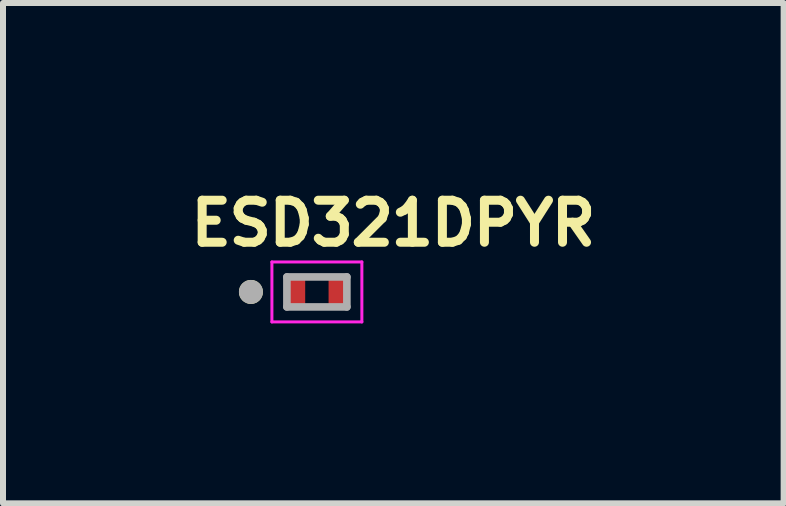
<source format=kicad_pcb>
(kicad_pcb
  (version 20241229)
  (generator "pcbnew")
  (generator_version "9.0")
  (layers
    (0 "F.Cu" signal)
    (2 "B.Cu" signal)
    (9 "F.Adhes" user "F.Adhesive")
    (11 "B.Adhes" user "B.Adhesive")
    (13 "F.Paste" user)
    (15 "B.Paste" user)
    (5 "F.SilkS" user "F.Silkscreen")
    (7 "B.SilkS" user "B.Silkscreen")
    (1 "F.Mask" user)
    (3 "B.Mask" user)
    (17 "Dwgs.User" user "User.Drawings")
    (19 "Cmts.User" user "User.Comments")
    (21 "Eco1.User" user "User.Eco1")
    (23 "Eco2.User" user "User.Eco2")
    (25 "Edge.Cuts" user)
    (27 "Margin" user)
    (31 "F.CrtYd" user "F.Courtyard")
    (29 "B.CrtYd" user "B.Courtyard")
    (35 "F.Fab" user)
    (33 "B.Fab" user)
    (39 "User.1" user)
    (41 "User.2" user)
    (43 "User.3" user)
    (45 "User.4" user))
  (footprint "ESD321DPYR"
    (layer "F.Cu")
    (at 2.234 1.818)
    (property "Reference" "ESD321DPYR" (at 1.275 -1.145 0) (layer "F.SilkS") (effects (font (size 0.701 0.701) (thickness 0.15))))
    (attr smd)
    (fp_poly (pts (xy -0.43 -0.13) (xy -0.43 0.13) (xy -0.43 0.133) (xy -0.43 0.135) (xy -0.429 0.138) (xy -0.429 0.14) (xy -0.428 0.143) (xy -0.428 0.145) (xy -0.427 0.148) (xy -0.426 0.15) (xy -0.425 0.153) (xy -0.423 0.155) (xy -0.422 0.157) (xy -0.42 0.159) (xy -0.419 0.161) (xy -0.417 0.163) (xy -0.415 0.165) (xy -0.413 0.167) (xy -0.411 0.169) (xy -0.409 0.17) (xy -0.407 0.172) (xy -0.405 0.173) (xy -0.403 0.175) (xy -0.4 0.176) (xy -0.398 0.177) (xy -0.395 0.178) (xy -0.393 0.178) (xy -0.39 0.179) (xy -0.388 0.179) (xy -0.385 0.18) (xy -0.383 0.18) (xy -0.38 0.18) (xy -0.32 0.18) (xy -0.317 0.18) (xy -0.315 0.18) (xy -0.312 0.179) (xy -0.31 0.179) (xy -0.307 0.178) (xy -0.305 0.178) (xy -0.302 0.177) (xy -0.3 0.176) (xy -0.297 0.175) (xy -0.295 0.173) (xy -0.293 0.172) (xy -0.291 0.17) (xy -0.289 0.169) (xy -0.287 0.167) (xy -0.285 0.165) (xy -0.283 0.163) (xy -0.281 0.161) (xy -0.28 0.159) (xy -0.278 0.157) (xy -0.277 0.155) (xy -0.275 0.153) (xy -0.274 0.15) (xy -0.273 0.148) (xy -0.272 0.145) (xy -0.272 0.143) (xy -0.271 0.14) (xy -0.271 0.138) (xy -0.27 0.135) (xy -0.27 0.133) (xy -0.27 0.13) (xy -0.27 -0.13) (xy -0.27 -0.133) (xy -0.27 -0.135) (xy -0.271 -0.138) (xy -0.271 -0.14) (xy -0.272 -0.143) (xy -0.272 -0.145) (xy -0.273 -0.148) (xy -0.274 -0.15) (xy -0.275 -0.153) (xy -0.277 -0.155) (xy -0.278 -0.157) (xy -0.28 -0.159) (xy -0.281 -0.161) (xy -0.283 -0.163) (xy -0.285 -0.165) (xy -0.287 -0.167) (xy -0.289 -0.169) (xy -0.291 -0.17) (xy -0.293 -0.172) (xy -0.295 -0.173) (xy -0.297 -0.175) (xy -0.3 -0.176) (xy -0.302 -0.177) (xy -0.305 -0.178) (xy -0.307 -0.178) (xy -0.31 -0.179) (xy -0.312 -0.179) (xy -0.315 -0.18) (xy -0.317 -0.18) (xy -0.32 -0.18) (xy -0.38 -0.18) (xy -0.383 -0.18) (xy -0.385 -0.18) (xy -0.388 -0.179) (xy -0.39 -0.179) (xy -0.393 -0.178) (xy -0.395 -0.178) (xy -0.398 -0.177) (xy -0.4 -0.176) (xy -0.403 -0.175) (xy -0.405 -0.173) (xy -0.407 -0.172) (xy -0.409 -0.17) (xy -0.411 -0.169) (xy -0.413 -0.167) (xy -0.415 -0.165) (xy -0.417 -0.163) (xy -0.419 -0.161) (xy -0.42 -0.159) (xy -0.422 -0.157) (xy -0.423 -0.155) (xy -0.425 -0.153) (xy -0.426 -0.15) (xy -0.427 -0.148) (xy -0.428 -0.145) (xy -0.428 -0.143) (xy -0.429 -0.14) (xy -0.429 -0.138) (xy -0.43 -0.135) (xy -0.43 -0.133) (xy -0.43 -0.13)) (stroke (width 0.01) (type solid)) (fill yes) (layer "F.Mask"))
    (fp_poly (pts (xy 0.27 -0.13) (xy 0.27 0.13) (xy 0.27 0.133) (xy 0.27 0.135) (xy 0.271 0.138) (xy 0.271 0.14) (xy 0.272 0.143) (xy 0.272 0.145) (xy 0.273 0.148) (xy 0.274 0.15) (xy 0.275 0.153) (xy 0.277 0.155) (xy 0.278 0.157) (xy 0.28 0.159) (xy 0.281 0.161) (xy 0.283 0.163) (xy 0.285 0.165) (xy 0.287 0.167) (xy 0.289 0.169) (xy 0.291 0.17) (xy 0.293 0.172) (xy 0.295 0.173) (xy 0.297 0.175) (xy 0.3 0.176) (xy 0.302 0.177) (xy 0.305 0.178) (xy 0.307 0.178) (xy 0.31 0.179) (xy 0.312 0.179) (xy 0.315 0.18) (xy 0.317 0.18) (xy 0.32 0.18) (xy 0.38 0.18) (xy 0.383 0.18) (xy 0.385 0.18) (xy 0.388 0.179) (xy 0.39 0.179) (xy 0.393 0.178) (xy 0.395 0.178) (xy 0.398 0.177) (xy 0.4 0.176) (xy 0.403 0.175) (xy 0.405 0.173) (xy 0.407 0.172) (xy 0.409 0.17) (xy 0.411 0.169) (xy 0.413 0.167) (xy 0.415 0.165) (xy 0.417 0.163) (xy 0.419 0.161) (xy 0.42 0.159) (xy 0.422 0.157) (xy 0.423 0.155) (xy 0.425 0.153) (xy 0.426 0.15) (xy 0.427 0.148) (xy 0.428 0.145) (xy 0.428 0.143) (xy 0.429 0.14) (xy 0.429 0.138) (xy 0.43 0.135) (xy 0.43 0.133) (xy 0.43 0.13) (xy 0.43 -0.13) (xy 0.43 -0.133) (xy 0.43 -0.135) (xy 0.429 -0.138) (xy 0.429 -0.14) (xy 0.428 -0.143) (xy 0.428 -0.145) (xy 0.427 -0.148) (xy 0.426 -0.15) (xy 0.425 -0.153) (xy 0.423 -0.155) (xy 0.422 -0.157) (xy 0.42 -0.159) (xy 0.419 -0.161) (xy 0.417 -0.163) (xy 0.415 -0.165) (xy 0.413 -0.167) (xy 0.411 -0.169) (xy 0.409 -0.17) (xy 0.407 -0.172) (xy 0.405 -0.173) (xy 0.403 -0.175) (xy 0.4 -0.176) (xy 0.398 -0.177) (xy 0.395 -0.178) (xy 0.393 -0.178) (xy 0.39 -0.179) (xy 0.388 -0.179) (xy 0.385 -0.18) (xy 0.383 -0.18) (xy 0.38 -0.18) (xy 0.32 -0.18) (xy 0.317 -0.18) (xy 0.315 -0.18) (xy 0.312 -0.179) (xy 0.31 -0.179) (xy 0.307 -0.178) (xy 0.305 -0.178) (xy 0.302 -0.177) (xy 0.3 -0.176) (xy 0.297 -0.175) (xy 0.295 -0.173) (xy 0.293 -0.172) (xy 0.291 -0.17) (xy 0.289 -0.169) (xy 0.287 -0.167) (xy 0.285 -0.165) (xy 0.283 -0.163) (xy 0.281 -0.161) (xy 0.28 -0.159) (xy 0.278 -0.157) (xy 0.277 -0.155) (xy 0.275 -0.153) (xy 0.274 -0.15) (xy 0.273 -0.148) (xy 0.272 -0.145) (xy 0.272 -0.143) (xy 0.271 -0.14) (xy 0.271 -0.138) (xy 0.27 -0.135) (xy 0.27 -0.133) (xy 0.27 -0.13)) (stroke (width 0.01) (type solid)) (fill yes) (layer "F.Mask"))
    (fp_circle (center -1.1 0) (end -1 0) (stroke (width 0.2) (type solid)) (fill no) (layer "F.SilkS"))
    (fp_poly (pts (xy -0.5 -0.2) (xy -0.5 0.2) (xy -0.5 0.203) (xy -0.5 0.205) (xy -0.499 0.208) (xy -0.499 0.21) (xy -0.498 0.213) (xy -0.498 0.215) (xy -0.497 0.218) (xy -0.496 0.22) (xy -0.495 0.223) (xy -0.493 0.225) (xy -0.492 0.227) (xy -0.49 0.229) (xy -0.489 0.231) (xy -0.487 0.233) (xy -0.485 0.235) (xy -0.483 0.237) (xy -0.481 0.239) (xy -0.479 0.24) (xy -0.477 0.242) (xy -0.475 0.243) (xy -0.473 0.245) (xy -0.47 0.246) (xy -0.468 0.247) (xy -0.465 0.248) (xy -0.463 0.248) (xy -0.46 0.249) (xy -0.458 0.249) (xy -0.455 0.25) (xy -0.453 0.25) (xy -0.45 0.25) (xy -0.25 0.25) (xy -0.247 0.25) (xy -0.245 0.25) (xy -0.242 0.249) (xy -0.24 0.249) (xy -0.237 0.248) (xy -0.235 0.248) (xy -0.232 0.247) (xy -0.23 0.246) (xy -0.227 0.245) (xy -0.225 0.243) (xy -0.223 0.242) (xy -0.221 0.24) (xy -0.219 0.239) (xy -0.217 0.237) (xy -0.215 0.235) (xy -0.213 0.233) (xy -0.211 0.231) (xy -0.21 0.229) (xy -0.208 0.227) (xy -0.207 0.225) (xy -0.205 0.223) (xy -0.204 0.22) (xy -0.203 0.218) (xy -0.202 0.215) (xy -0.202 0.213) (xy -0.201 0.21) (xy -0.201 0.208) (xy -0.2 0.205) (xy -0.2 0.203) (xy -0.2 0.2) (xy -0.2 -0.2) (xy -0.2 -0.203) (xy -0.2 -0.205) (xy -0.201 -0.208) (xy -0.201 -0.21) (xy -0.202 -0.213) (xy -0.202 -0.215) (xy -0.203 -0.218) (xy -0.204 -0.22) (xy -0.205 -0.223) (xy -0.207 -0.225) (xy -0.208 -0.227) (xy -0.21 -0.229) (xy -0.211 -0.231) (xy -0.213 -0.233) (xy -0.215 -0.235) (xy -0.217 -0.237) (xy -0.219 -0.239) (xy -0.221 -0.24) (xy -0.223 -0.242) (xy -0.225 -0.243) (xy -0.227 -0.245) (xy -0.23 -0.246) (xy -0.232 -0.247) (xy -0.235 -0.248) (xy -0.237 -0.248) (xy -0.24 -0.249) (xy -0.242 -0.249) (xy -0.245 -0.25) (xy -0.247 -0.25) (xy -0.25 -0.25) (xy -0.45 -0.25) (xy -0.453 -0.25) (xy -0.455 -0.25) (xy -0.458 -0.249) (xy -0.46 -0.249) (xy -0.463 -0.248) (xy -0.465 -0.248) (xy -0.468 -0.247) (xy -0.47 -0.246) (xy -0.473 -0.245) (xy -0.475 -0.243) (xy -0.477 -0.242) (xy -0.479 -0.24) (xy -0.481 -0.239) (xy -0.483 -0.237) (xy -0.485 -0.235) (xy -0.487 -0.233) (xy -0.489 -0.231) (xy -0.49 -0.229) (xy -0.492 -0.227) (xy -0.493 -0.225) (xy -0.495 -0.223) (xy -0.496 -0.22) (xy -0.497 -0.218) (xy -0.498 -0.215) (xy -0.498 -0.213) (xy -0.499 -0.21) (xy -0.499 -0.208) (xy -0.5 -0.205) (xy -0.5 -0.203) (xy -0.5 -0.2)) (stroke (width 0.01) (type solid)) (fill yes) (layer "F.Paste"))
    (fp_poly (pts (xy 0.2 -0.2) (xy 0.2 0.2) (xy 0.2 0.203) (xy 0.2 0.205) (xy 0.201 0.208) (xy 0.201 0.21) (xy 0.202 0.213) (xy 0.202 0.215) (xy 0.203 0.218) (xy 0.204 0.22) (xy 0.205 0.223) (xy 0.207 0.225) (xy 0.208 0.227) (xy 0.21 0.229) (xy 0.211 0.231) (xy 0.213 0.233) (xy 0.215 0.235) (xy 0.217 0.237) (xy 0.219 0.239) (xy 0.221 0.24) (xy 0.223 0.242) (xy 0.225 0.243) (xy 0.227 0.245) (xy 0.23 0.246) (xy 0.232 0.247) (xy 0.235 0.248) (xy 0.237 0.248) (xy 0.24 0.249) (xy 0.242 0.249) (xy 0.245 0.25) (xy 0.247 0.25) (xy 0.25 0.25) (xy 0.45 0.25) (xy 0.453 0.25) (xy 0.455 0.25) (xy 0.458 0.249) (xy 0.46 0.249) (xy 0.463 0.248) (xy 0.465 0.248) (xy 0.468 0.247) (xy 0.47 0.246) (xy 0.473 0.245) (xy 0.475 0.243) (xy 0.477 0.242) (xy 0.479 0.24) (xy 0.481 0.239) (xy 0.483 0.237) (xy 0.485 0.235) (xy 0.487 0.233) (xy 0.489 0.231) (xy 0.49 0.229) (xy 0.492 0.227) (xy 0.493 0.225) (xy 0.495 0.223) (xy 0.496 0.22) (xy 0.497 0.218) (xy 0.498 0.215) (xy 0.498 0.213) (xy 0.499 0.21) (xy 0.499 0.208) (xy 0.5 0.205) (xy 0.5 0.203) (xy 0.5 0.2) (xy 0.5 -0.2) (xy 0.5 -0.203) (xy 0.5 -0.205) (xy 0.499 -0.208) (xy 0.499 -0.21) (xy 0.498 -0.213) (xy 0.498 -0.215) (xy 0.497 -0.218) (xy 0.496 -0.22) (xy 0.495 -0.223) (xy 0.493 -0.225) (xy 0.492 -0.227) (xy 0.49 -0.229) (xy 0.489 -0.231) (xy 0.487 -0.233) (xy 0.485 -0.235) (xy 0.483 -0.237) (xy 0.481 -0.239) (xy 0.479 -0.24) (xy 0.477 -0.242) (xy 0.475 -0.243) (xy 0.473 -0.245) (xy 0.47 -0.246) (xy 0.468 -0.247) (xy 0.465 -0.248) (xy 0.463 -0.248) (xy 0.46 -0.249) (xy 0.458 -0.249) (xy 0.455 -0.25) (xy 0.453 -0.25) (xy 0.45 -0.25) (xy 0.25 -0.25) (xy 0.247 -0.25) (xy 0.245 -0.25) (xy 0.242 -0.249) (xy 0.24 -0.249) (xy 0.237 -0.248) (xy 0.235 -0.248) (xy 0.232 -0.247) (xy 0.23 -0.246) (xy 0.227 -0.245) (xy 0.225 -0.243) (xy 0.223 -0.242) (xy 0.221 -0.24) (xy 0.219 -0.239) (xy 0.217 -0.237) (xy 0.215 -0.235) (xy 0.213 -0.233) (xy 0.211 -0.231) (xy 0.21 -0.229) (xy 0.208 -0.227) (xy 0.207 -0.225) (xy 0.205 -0.223) (xy 0.204 -0.22) (xy 0.203 -0.218) (xy 0.202 -0.215) (xy 0.202 -0.213) (xy 0.201 -0.21) (xy 0.201 -0.208) (xy 0.2 -0.205) (xy 0.2 -0.203) (xy 0.2 -0.2)) (stroke (width 0.01) (type solid)) (fill yes) (layer "F.Paste"))
    (fp_line (start -0.75 -0.5) (end -0.75 0.5) (stroke (width 0.05) (type solid)) (layer "F.CrtYd"))
    (fp_line (start -0.75 0.5) (end 0.75 0.5) (stroke (width 0.05) (type solid)) (layer "F.CrtYd"))
    (fp_line (start 0.75 -0.5) (end -0.75 -0.5) (stroke (width 0.05) (type solid)) (layer "F.CrtYd"))
    (fp_line (start 0.75 0.5) (end 0.75 -0.5) (stroke (width 0.05) (type solid)) (layer "F.CrtYd"))
    (fp_line (start -0.5 -0.25) (end -0.5 0.25) (stroke (width 0.127) (type solid)) (layer "F.Fab"))
    (fp_line (start -0.5 0.25) (end 0.5 0.25) (stroke (width 0.127) (type solid)) (layer "F.Fab"))
    (fp_line (start 0.5 -0.25) (end -0.5 -0.25) (stroke (width 0.127) (type solid)) (layer "F.Fab"))
    (fp_line (start 0.5 0.25) (end 0.5 -0.25) (stroke (width 0.127) (type solid)) (layer "F.Fab"))
    (fp_circle (center -1.1 0) (end -1 0) (stroke (width 0.2) (type solid)) (fill no) (layer "F.Fab"))
    (pad "1" smd custom (at -0.35 0) (size 0.1 0.1) (layers "F.Cu") (options (anchor rect)) (primitives (gr_poly (pts (xy -0.15 -0.2) (xy -0.15 0.2) (xy -0.15 0.203) (xy -0.15 0.205) (xy -0.149 0.208) (xy -0.149 0.21) (xy -0.148 0.213) (xy -0.148 0.215) (xy -0.147 0.218) (xy -0.146 0.22) (xy -0.145 0.223) (xy -0.143 0.225) (xy -0.142 0.227) (xy -0.14 0.229) (xy -0.139 0.231) (xy -0.137 0.233) (xy -0.135 0.235) (xy -0.133 0.237) (xy -0.131 0.239) (xy -0.129 0.24) (xy -0.127 0.242) (xy -0.125 0.243) (xy -0.123 0.245) (xy -0.12 0.246) (xy -0.118 0.247) (xy -0.115 0.248) (xy -0.113 0.248) (xy -0.11 0.249) (xy -0.108 0.249) (xy -0.105 0.25) (xy -0.103 0.25) (xy -0.1 0.25) (xy 0.1 0.25) (xy 0.103 0.25) (xy 0.105 0.25) (xy 0.108 0.249) (xy 0.11 0.249) (xy 0.113 0.248) (xy 0.115 0.248) (xy 0.118 0.247) (xy 0.12 0.246) (xy 0.123 0.245) (xy 0.125 0.243) (xy 0.127 0.242) (xy 0.129 0.24) (xy 0.131 0.239) (xy 0.133 0.237) (xy 0.135 0.235) (xy 0.137 0.233) (xy 0.139 0.231) (xy 0.14 0.229) (xy 0.142 0.227) (xy 0.143 0.225) (xy 0.145 0.223) (xy 0.146 0.22) (xy 0.147 0.218) (xy 0.148 0.215) (xy 0.148 0.213) (xy 0.149 0.21) (xy 0.149 0.208) (xy 0.15 0.205) (xy 0.15 0.203) (xy 0.15 0.2) (xy 0.15 -0.2) (xy 0.15 -0.203) (xy 0.15 -0.205) (xy 0.149 -0.208) (xy 0.149 -0.21) (xy 0.148 -0.213) (xy 0.148 -0.215) (xy 0.147 -0.218) (xy 0.146 -0.22) (xy 0.145 -0.223) (xy 0.143 -0.225) (xy 0.142 -0.227) (xy 0.14 -0.229) (xy 0.139 -0.231) (xy 0.137 -0.233) (xy 0.135 -0.235) (xy 0.133 -0.237) (xy 0.131 -0.239) (xy 0.129 -0.24) (xy 0.127 -0.242) (xy 0.125 -0.243) (xy 0.123 -0.245) (xy 0.12 -0.246) (xy 0.118 -0.247) (xy 0.115 -0.248) (xy 0.113 -0.248) (xy 0.11 -0.249) (xy 0.108 -0.249) (xy 0.105 -0.25) (xy 0.103 -0.25) (xy 0.1 -0.25) (xy -0.1 -0.25) (xy -0.103 -0.25) (xy -0.105 -0.25) (xy -0.108 -0.249) (xy -0.11 -0.249) (xy -0.113 -0.248) (xy -0.115 -0.248) (xy -0.118 -0.247) (xy -0.12 -0.246) (xy -0.123 -0.245) (xy -0.125 -0.243) (xy -0.127 -0.242) (xy -0.129 -0.24) (xy -0.131 -0.239) (xy -0.133 -0.237) (xy -0.135 -0.235) (xy -0.137 -0.233) (xy -0.139 -0.231) (xy -0.14 -0.229) (xy -0.142 -0.227) (xy -0.143 -0.225) (xy -0.145 -0.223) (xy -0.146 -0.22) (xy -0.147 -0.218) (xy -0.148 -0.215) (xy -0.148 -0.213) (xy -0.149 -0.21) (xy -0.149 -0.208) (xy -0.15 -0.205) (xy -0.15 -0.203) (xy -0.15 -0.2)) (width 0.01) (fill yes))))
    (pad "2" smd custom (at 0.35 0) (size 0.1 0.1) (layers "F.Cu") (options (anchor rect)) (primitives (gr_poly (pts (xy -0.15 -0.2) (xy -0.15 0.2) (xy -0.15 0.203) (xy -0.15 0.205) (xy -0.149 0.208) (xy -0.149 0.21) (xy -0.148 0.213) (xy -0.148 0.215) (xy -0.147 0.218) (xy -0.146 0.22) (xy -0.145 0.223) (xy -0.143 0.225) (xy -0.142 0.227) (xy -0.14 0.229) (xy -0.139 0.231) (xy -0.137 0.233) (xy -0.135 0.235) (xy -0.133 0.237) (xy -0.131 0.239) (xy -0.129 0.24) (xy -0.127 0.242) (xy -0.125 0.243) (xy -0.123 0.245) (xy -0.12 0.246) (xy -0.118 0.247) (xy -0.115 0.248) (xy -0.113 0.248) (xy -0.11 0.249) (xy -0.108 0.249) (xy -0.105 0.25) (xy -0.103 0.25) (xy -0.1 0.25) (xy 0.1 0.25) (xy 0.103 0.25) (xy 0.105 0.25) (xy 0.108 0.249) (xy 0.11 0.249) (xy 0.113 0.248) (xy 0.115 0.248) (xy 0.118 0.247) (xy 0.12 0.246) (xy 0.123 0.245) (xy 0.125 0.243) (xy 0.127 0.242) (xy 0.129 0.24) (xy 0.131 0.239) (xy 0.133 0.237) (xy 0.135 0.235) (xy 0.137 0.233) (xy 0.139 0.231) (xy 0.14 0.229) (xy 0.142 0.227) (xy 0.143 0.225) (xy 0.145 0.223) (xy 0.146 0.22) (xy 0.147 0.218) (xy 0.148 0.215) (xy 0.148 0.213) (xy 0.149 0.21) (xy 0.149 0.208) (xy 0.15 0.205) (xy 0.15 0.203) (xy 0.15 0.2) (xy 0.15 -0.2) (xy 0.15 -0.203) (xy 0.15 -0.205) (xy 0.149 -0.208) (xy 0.149 -0.21) (xy 0.148 -0.213) (xy 0.148 -0.215) (xy 0.147 -0.218) (xy 0.146 -0.22) (xy 0.145 -0.223) (xy 0.143 -0.225) (xy 0.142 -0.227) (xy 0.14 -0.229) (xy 0.139 -0.231) (xy 0.137 -0.233) (xy 0.135 -0.235) (xy 0.133 -0.237) (xy 0.131 -0.239) (xy 0.129 -0.24) (xy 0.127 -0.242) (xy 0.125 -0.243) (xy 0.123 -0.245) (xy 0.12 -0.246) (xy 0.118 -0.247) (xy 0.115 -0.248) (xy 0.113 -0.248) (xy 0.11 -0.249) (xy 0.108 -0.249) (xy 0.105 -0.25) (xy 0.103 -0.25) (xy 0.1 -0.25) (xy -0.1 -0.25) (xy -0.103 -0.25) (xy -0.105 -0.25) (xy -0.108 -0.249) (xy -0.11 -0.249) (xy -0.113 -0.248) (xy -0.115 -0.248) (xy -0.118 -0.247) (xy -0.12 -0.246) (xy -0.123 -0.245) (xy -0.125 -0.243) (xy -0.127 -0.242) (xy -0.129 -0.24) (xy -0.131 -0.239) (xy -0.133 -0.237) (xy -0.135 -0.235) (xy -0.137 -0.233) (xy -0.139 -0.231) (xy -0.14 -0.229) (xy -0.142 -0.227) (xy -0.143 -0.225) (xy -0.145 -0.223) (xy -0.146 -0.22) (xy -0.147 -0.218) (xy -0.148 -0.215) (xy -0.148 -0.213) (xy -0.149 -0.21) (xy -0.149 -0.208) (xy -0.15 -0.205) (xy -0.15 -0.203) (xy -0.15 -0.2)) (width 0.01) (fill yes)))))
  (gr_rect
    (start -3 -3)
    (end 10.017 5.343)
    (stroke (width 0.1) (type default))
    (fill no)
    (layer "Edge.Cuts")))
</source>
